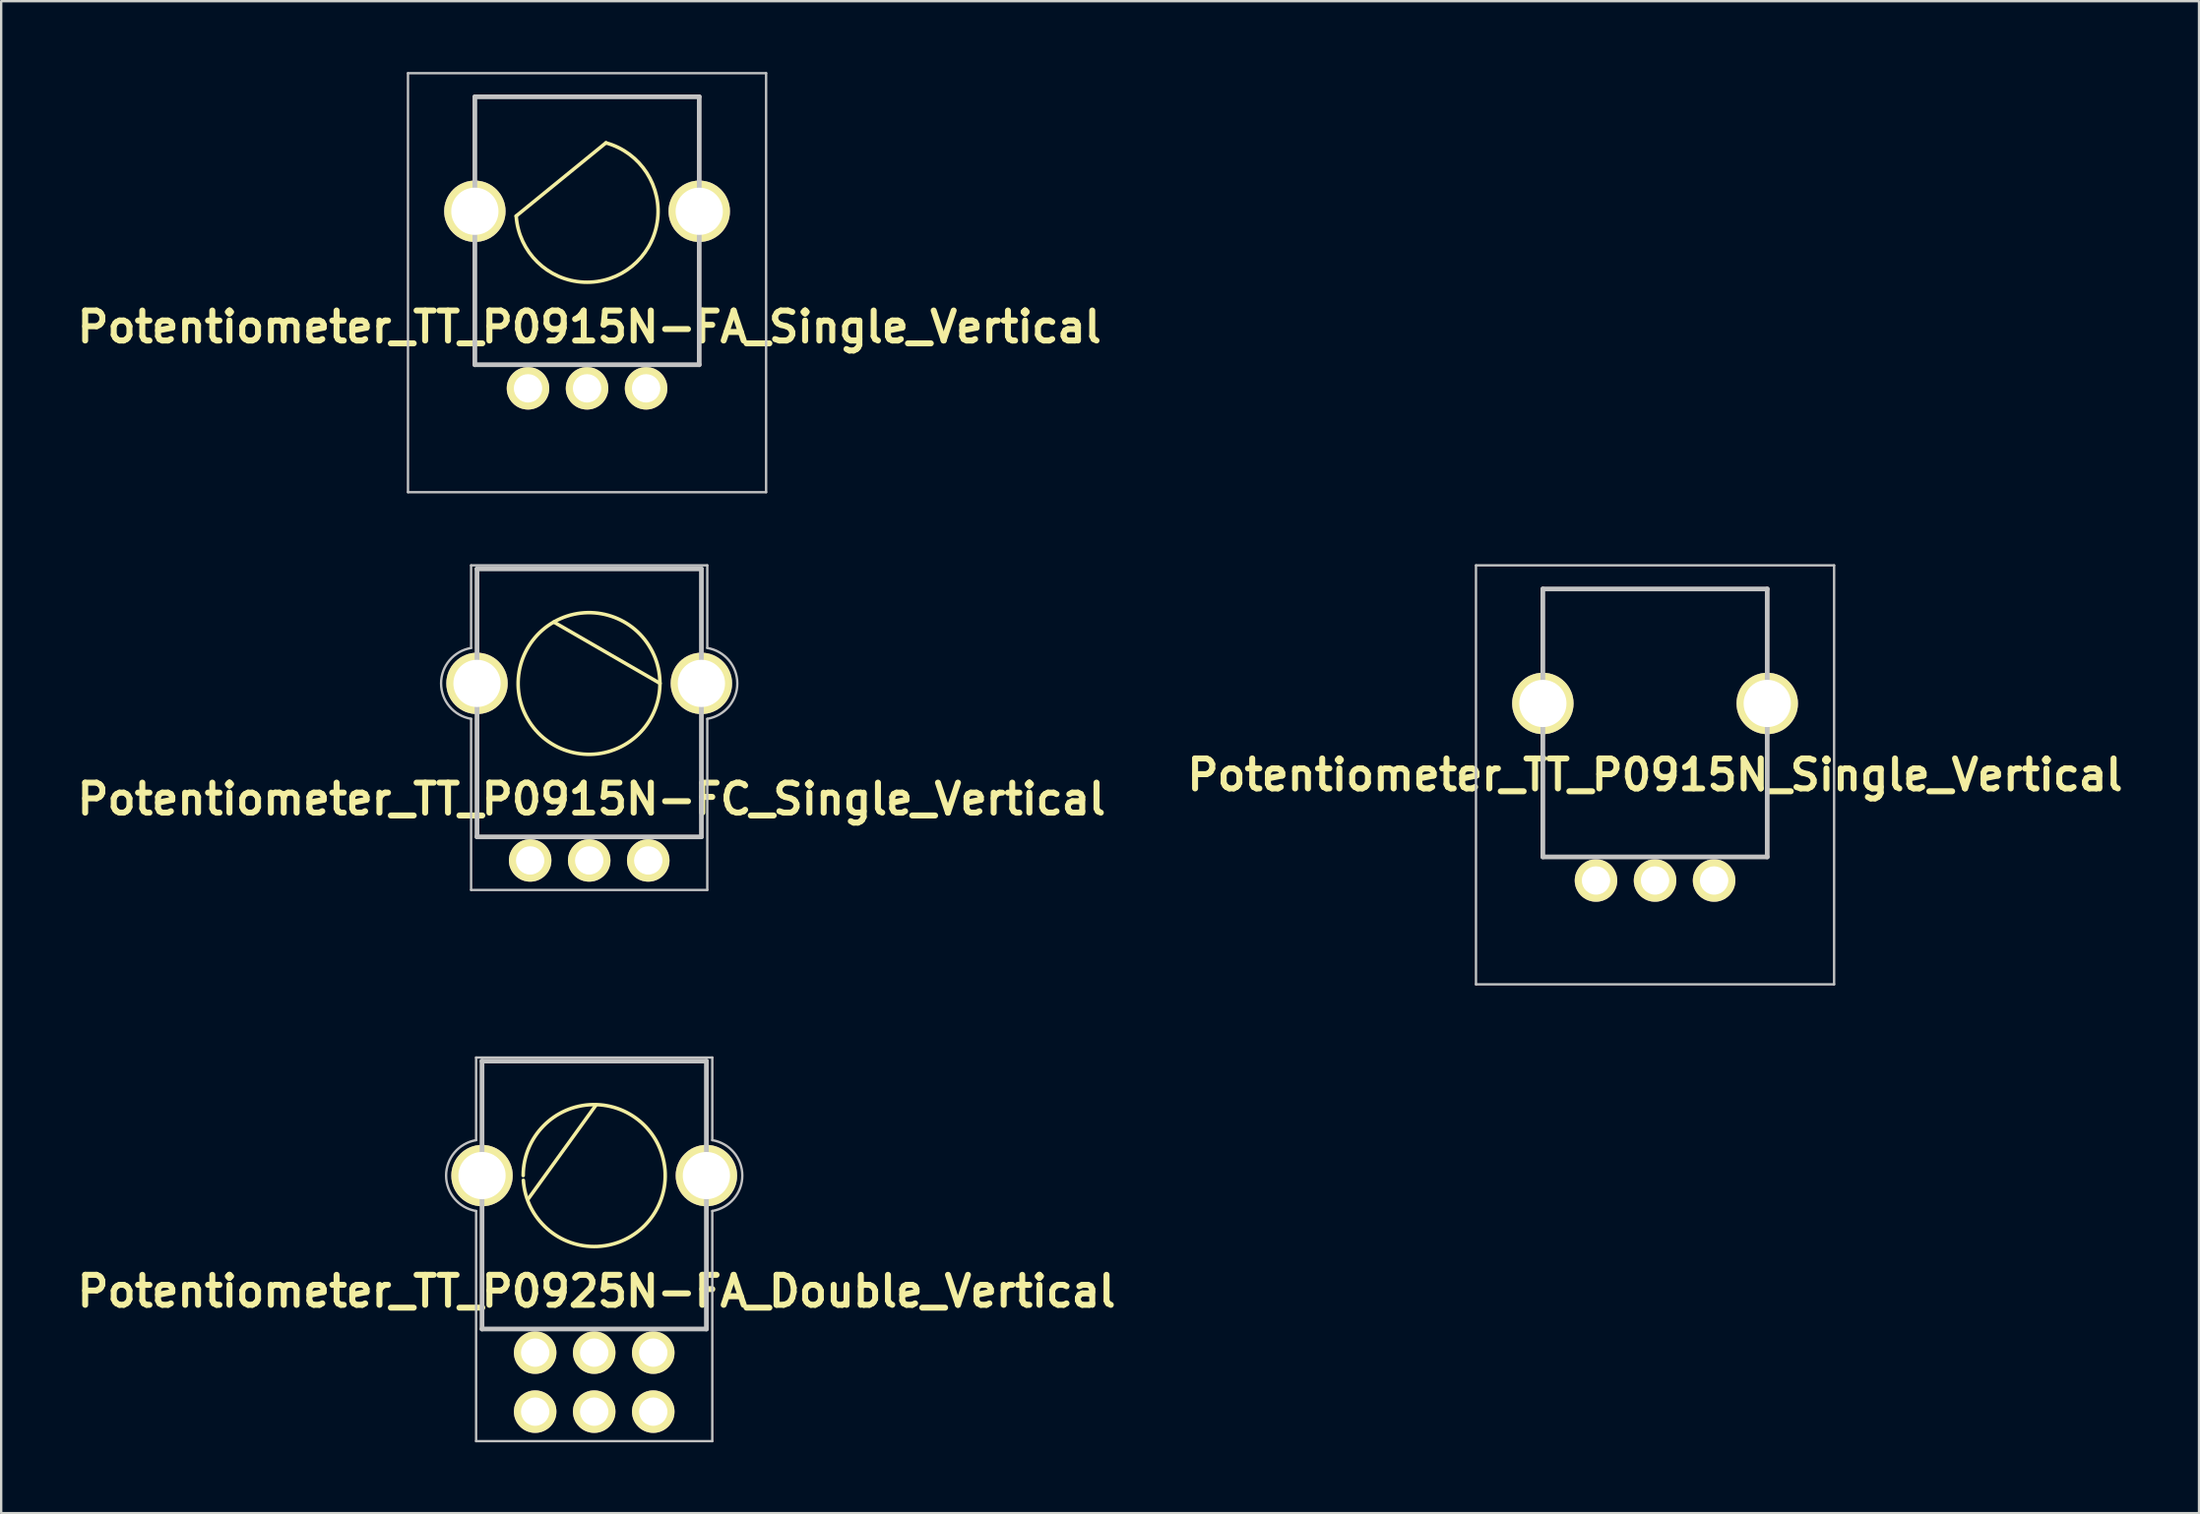
<source format=kicad_pcb>
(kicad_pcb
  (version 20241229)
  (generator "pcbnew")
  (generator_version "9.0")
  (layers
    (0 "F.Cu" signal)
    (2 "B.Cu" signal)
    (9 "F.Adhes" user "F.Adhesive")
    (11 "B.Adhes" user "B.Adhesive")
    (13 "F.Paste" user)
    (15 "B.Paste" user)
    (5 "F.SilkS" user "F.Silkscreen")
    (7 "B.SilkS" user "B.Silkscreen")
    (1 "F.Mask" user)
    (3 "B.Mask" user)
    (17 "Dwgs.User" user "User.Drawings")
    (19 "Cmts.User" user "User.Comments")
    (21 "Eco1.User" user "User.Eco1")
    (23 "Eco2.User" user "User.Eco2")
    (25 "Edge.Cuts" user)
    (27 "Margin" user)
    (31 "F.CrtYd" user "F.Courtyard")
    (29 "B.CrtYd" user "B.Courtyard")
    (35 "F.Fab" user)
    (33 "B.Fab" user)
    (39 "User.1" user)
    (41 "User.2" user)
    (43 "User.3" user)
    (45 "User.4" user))
  (footprint "Potentiometer_TT_P0915N-FC_Single_Vertical"
    (layer "F.Cu")
    (at 21.895 25.9)
    (property "Reference" "Potentiometer_TT_P0915N-FC_Single_Vertical" (at 0.1 4.9 0) (layer "F.SilkS") (effects (font (size 1.27 1.27) (thickness 0.254))))
    (attr through_hole)
    (fp_line (start -4.75 -4.85) (end 4.75 -4.85) (stroke (width 0.1) (type solid)) (layer "F.SilkS"))
    (fp_line (start -4.75 -3) (end -4.75 -4.85) (stroke (width 0.1) (type solid)) (layer "F.SilkS"))
    (fp_line (start -4.75 3) (end -4.75 6.5) (stroke (width 0.1) (type solid)) (layer "F.SilkS"))
    (fp_line (start -4.75 6.5) (end -4 6.5) (stroke (width 0.1) (type solid)) (layer "F.SilkS"))
    (fp_line (start 3 0) (end -1.5 -2.6) (stroke (width 0.15) (type solid)) (layer "F.SilkS"))
    (fp_line (start 4 6.5) (end 4.75 6.5) (stroke (width 0.1) (type solid)) (layer "F.SilkS"))
    (fp_line (start 4.75 -4.85) (end 4.75 -3) (stroke (width 0.1) (type solid)) (layer "F.SilkS"))
    (fp_line (start 4.75 6.5) (end 4.75 3) (stroke (width 0.1) (type solid)) (layer "F.SilkS"))
    (fp_arc (start -1.484913 -2.608644) (mid 1.492462 2.604332) (end -1.499999 -2.599999) (stroke (width 0.15) (type solid)) (layer "F.SilkS"))
    (fp_line (start -5 -5) (end -5 -1.5) (stroke (width 0.1) (type solid)) (layer "Dwgs.User"))
    (fp_line (start -5 -5) (end 5 -5) (stroke (width 0.1) (type solid)) (layer "Dwgs.User"))
    (fp_line (start -5 1.5) (end -5 8.75) (stroke (width 0.1) (type solid)) (layer "Dwgs.User"))
    (fp_line (start -4.75 -4.85) (end 4.75 -4.85) (stroke (width 0.2) (type solid)) (layer "Dwgs.User"))
    (fp_line (start -4.75 6.5) (end -4.75 -4.85) (stroke (width 0.2) (type solid)) (layer "Dwgs.User"))
    (fp_line (start 4.75 -4.85) (end 4.75 6.5) (stroke (width 0.2) (type solid)) (layer "Dwgs.User"))
    (fp_line (start 4.75 6.5) (end -4.75 6.5) (stroke (width 0.2) (type solid)) (layer "Dwgs.User"))
    (fp_line (start 5 -5) (end 5 -1.5) (stroke (width 0.1) (type solid)) (layer "Dwgs.User"))
    (fp_line (start 5 1.5) (end 5 8.75) (stroke (width 0.1) (type solid)) (layer "Dwgs.User"))
    (fp_line (start 5 8.75) (end -5 8.75) (stroke (width 0.1) (type solid)) (layer "Dwgs.User"))
    (fp_arc (start -4.999355 1.500106) (mid -6.270689 0.000326) (end -4.999999 -1.499999) (stroke (width 0.1) (type solid)) (layer "Dwgs.User"))
    (fp_arc (start 4.999355 -1.500106) (mid 6.270689 -0.000326) (end 4.999999 1.499999) (stroke (width 0.1) (type solid)) (layer "Dwgs.User"))
    (pad "1" thru_hole circle (at -2.5 7.5 90) (size 1.8 1.8) (drill 1.2) (layers "*.Cu" "*.Mask" "F.SilkS"))
    (pad "2" thru_hole circle (at 0 7.5 90) (size 1.8 1.8) (drill 1.2) (layers "*.Cu" "*.Mask" "F.SilkS"))
    (pad "3" thru_hole circle (at 2.5 7.5 90) (size 1.8 1.8) (drill 1.2) (layers "*.Cu" "*.Mask" "F.SilkS"))
    (pad "7" thru_hole circle (at -4.75 0 90) (size 2.6 2.6) (drill 2) (layers "*.Cu" "*.Mask" "F.SilkS"))
    (pad "7" thru_hole circle (at 4.75 0 90) (size 2.6 2.6) (drill 2) (layers "*.Cu" "*.Mask" "F.SilkS")))
  (footprint "Potentiometer_TT_P0915N_Single_Vertical"
    (layer "F.Cu")
    (at 69.52 34.25)
    (property "Reference" "Potentiometer_TT_P0915N_Single_Vertical" (at -2.5 -4.475 0) (layer "F.SilkS") (effects (font (size 1.27 1.27) (thickness 0.254))))
    (attr through_hole)
    (fp_line (start -7.25 -12.35) (end 2.25 -12.35) (stroke (width 0.1) (type solid)) (layer "F.SilkS"))
    (fp_line (start -7.25 -10.5) (end -7.25 -12.35) (stroke (width 0.1) (type solid)) (layer "F.SilkS"))
    (fp_line (start -7.25 -4.5) (end -7.25 -1) (stroke (width 0.1) (type solid)) (layer "F.SilkS"))
    (fp_line (start -7.25 -1) (end -6.5 -1) (stroke (width 0.1) (type solid)) (layer "F.SilkS"))
    (fp_line (start 1.5 -1) (end 2.25 -1) (stroke (width 0.1) (type solid)) (layer "F.SilkS"))
    (fp_line (start 2.25 -12.35) (end 2.25 -10.5) (stroke (width 0.1) (type solid)) (layer "F.SilkS"))
    (fp_line (start 2.25 -1) (end 2.25 -4.5) (stroke (width 0.1) (type solid)) (layer "F.SilkS"))
    (fp_line (start -10.081 -13.35) (end 5.081 -13.35) (stroke (width 0.1) (type solid)) (layer "Dwgs.User"))
    (fp_line (start -10.081 4.4) (end -10.081 -13.35) (stroke (width 0.1) (type solid)) (layer "Dwgs.User"))
    (fp_line (start -7.25 -12.35) (end 2.25 -12.35) (stroke (width 0.2) (type solid)) (layer "Dwgs.User"))
    (fp_line (start -7.25 -1) (end -7.25 -12.35) (stroke (width 0.2) (type solid)) (layer "Dwgs.User"))
    (fp_line (start 2.25 -12.35) (end 2.25 -1) (stroke (width 0.2) (type solid)) (layer "Dwgs.User"))
    (fp_line (start 2.25 -1) (end -7.25 -1) (stroke (width 0.2) (type solid)) (layer "Dwgs.User"))
    (fp_line (start 5.081 -13.35) (end 5.081 4.4) (stroke (width 0.1) (type solid)) (layer "Dwgs.User"))
    (fp_line (start 5.081 4.4) (end -10.081 4.4) (stroke (width 0.1) (type solid)) (layer "Dwgs.User"))
    (pad "1" thru_hole circle (at -5 0 90) (size 1.8 1.8) (drill 1.2) (layers "*.Cu" "*.Mask" "F.SilkS"))
    (pad "2" thru_hole circle (at -2.5 0 90) (size 1.8 1.8) (drill 1.2) (layers "*.Cu" "*.Mask" "F.SilkS"))
    (pad "3" thru_hole circle (at 0 0 90) (size 1.8 1.8) (drill 1.2) (layers "*.Cu" "*.Mask" "F.SilkS"))
    (pad "7" thru_hole circle (at -7.25 -7.5 90) (size 2.6 2.6) (drill 2) (layers "*.Cu" "*.Mask" "F.SilkS"))
    (pad "8" thru_hole circle (at 2.25 -7.5 90) (size 2.6 2.6) (drill 2) (layers "*.Cu" "*.Mask" "F.SilkS")))
  (footprint "Potentiometer_TT_P0925N-FA_Double_Vertical"
    (layer "F.Cu")
    (at 22.107 46.75)
    (property "Reference" "Potentiometer_TT_P0925N-FA_Double_Vertical" (at 0.1 4.9 0) (layer "F.SilkS") (effects (font (size 1.27 1.27) (thickness 0.254))))
    (attr through_hole)
    (fp_line (start -4.75 -4.85) (end 4.75 -4.85) (stroke (width 0.1) (type solid)) (layer "F.SilkS"))
    (fp_line (start -4.75 -3) (end -4.75 -4.85) (stroke (width 0.1) (type solid)) (layer "F.SilkS"))
    (fp_line (start -4.75 3) (end -4.75 6.5) (stroke (width 0.1) (type solid)) (layer "F.SilkS"))
    (fp_line (start -4.75 6.5) (end -4 6.5) (stroke (width 0.1) (type solid)) (layer "F.SilkS"))
    (fp_line (start -2.8 1) (end 0.068 -2.978) (stroke (width 0.15) (type solid)) (layer "F.SilkS"))
    (fp_line (start 4 6.5) (end 4.75 6.5) (stroke (width 0.1) (type solid)) (layer "F.SilkS"))
    (fp_line (start 4.75 -4.85) (end 4.75 -3) (stroke (width 0.1) (type solid)) (layer "F.SilkS"))
    (fp_line (start 4.75 6.5) (end 4.75 3) (stroke (width 0.1) (type solid)) (layer "F.SilkS"))
    (fp_arc (start -3.006659 0) (mid 3.004994 -0.100055) (end -3 0.2) (stroke (width 0.15) (type solid)) (layer "F.SilkS"))
    (fp_line (start -5 -5) (end -5 -1.5) (stroke (width 0.1) (type solid)) (layer "Dwgs.User"))
    (fp_line (start -5 -5) (end 5 -5) (stroke (width 0.1) (type solid)) (layer "Dwgs.User"))
    (fp_line (start -5 11.25) (end -5 1.5) (stroke (width 0.1) (type solid)) (layer "Dwgs.User"))
    (fp_line (start -4.75 -4.85) (end 4.75 -4.85) (stroke (width 0.2) (type solid)) (layer "Dwgs.User"))
    (fp_line (start -4.75 6.5) (end -4.75 -4.85) (stroke (width 0.2) (type solid)) (layer "Dwgs.User"))
    (fp_line (start 4.75 -4.85) (end 4.75 6.5) (stroke (width 0.2) (type solid)) (layer "Dwgs.User"))
    (fp_line (start 4.75 6.5) (end -4.75 6.5) (stroke (width 0.2) (type solid)) (layer "Dwgs.User"))
    (fp_line (start 5 -5) (end 5 -1.5) (stroke (width 0.1) (type solid)) (layer "Dwgs.User"))
    (fp_line (start 5 11.25) (end -5 11.25) (stroke (width 0.1) (type solid)) (layer "Dwgs.User"))
    (fp_line (start 5 11.25) (end 5 1.5) (stroke (width 0.1) (type solid)) (layer "Dwgs.User"))
    (fp_arc (start -4.999355 1.500106) (mid -6.270689 0.000326) (end -4.999999 -1.499999) (stroke (width 0.1) (type solid)) (layer "Dwgs.User"))
    (fp_arc (start 4.999355 -1.500106) (mid 6.270689 -0.000326) (end 4.999999 1.499999) (stroke (width 0.1) (type solid)) (layer "Dwgs.User"))
    (pad "1" thru_hole circle (at -2.5 7.5 90) (size 1.8 1.8) (drill 1.2) (layers "*.Cu" "*.Mask" "F.SilkS"))
    (pad "2" thru_hole circle (at 0 7.5 90) (size 1.8 1.8) (drill 1.2) (layers "*.Cu" "*.Mask" "F.SilkS"))
    (pad "3" thru_hole circle (at 2.5 7.5 90) (size 1.8 1.8) (drill 1.2) (layers "*.Cu" "*.Mask" "F.SilkS"))
    (pad "4" thru_hole circle (at -2.5 10 90) (size 1.8 1.8) (drill 1.2) (layers "*.Cu" "*.Mask" "F.SilkS"))
    (pad "5" thru_hole circle (at 0 10 90) (size 1.8 1.8) (drill 1.2) (layers "*.Cu" "*.Mask" "F.SilkS"))
    (pad "6" thru_hole circle (at 2.5 10 90) (size 1.8 1.8) (drill 1.2) (layers "*.Cu" "*.Mask" "F.SilkS"))
    (pad "7" thru_hole circle (at -4.75 0 90) (size 2.6 2.6) (drill 2) (layers "*.Cu" "*.Mask" "F.SilkS"))
    (pad "7" thru_hole circle (at 4.75 0 90) (size 2.6 2.6) (drill 2) (layers "*.Cu" "*.Mask" "F.SilkS")))
  (footprint "Potentiometer_TT_P0915N-FA_Single_Vertical"
    (layer "F.Cu")
    (at 24.304 13.4)
    (property "Reference" "Potentiometer_TT_P0915N-FA_Single_Vertical" (at -2.4 -2.6 0) (layer "F.SilkS") (effects (font (size 1.27 1.27) (thickness 0.254))))
    (attr through_hole)
    (fp_line (start -7.25 -12.35) (end 2.25 -12.35) (stroke (width 0.1) (type solid)) (layer "F.SilkS"))
    (fp_line (start -7.25 -10.5) (end -7.25 -12.35) (stroke (width 0.1) (type solid)) (layer "F.SilkS"))
    (fp_line (start -7.25 -4.5) (end -7.25 -1) (stroke (width 0.1) (type solid)) (layer "F.SilkS"))
    (fp_line (start -7.25 -1) (end -6.5 -1) (stroke (width 0.1) (type solid)) (layer "F.SilkS"))
    (fp_line (start -5.5 -7.3) (end -1.7 -10.4) (stroke (width 0.15) (type solid)) (layer "F.SilkS"))
    (fp_line (start 1.5 -1) (end 2.25 -1) (stroke (width 0.1) (type solid)) (layer "F.SilkS"))
    (fp_line (start 2.25 -12.35) (end 2.25 -10.5) (stroke (width 0.1) (type solid)) (layer "F.SilkS"))
    (fp_line (start 2.25 -1) (end 2.25 -4.5) (stroke (width 0.1) (type solid)) (layer "F.SilkS"))
    (fp_arc (start -1.700443 -10.398398) (mid -0.599867 -5.169872) (end -5.5 -7.3) (stroke (width 0.15) (type solid)) (layer "F.SilkS"))
    (fp_line (start -10.081 -13.35) (end 5.081 -13.35) (stroke (width 0.1) (type solid)) (layer "Dwgs.User"))
    (fp_line (start -10.081 4.4) (end -10.081 -13.35) (stroke (width 0.1) (type solid)) (layer "Dwgs.User"))
    (fp_line (start -7.25 -12.35) (end 2.25 -12.35) (stroke (width 0.2) (type solid)) (layer "Dwgs.User"))
    (fp_line (start -7.25 -1) (end -7.25 -12.35) (stroke (width 0.2) (type solid)) (layer "Dwgs.User"))
    (fp_line (start 2.25 -12.35) (end 2.25 -1) (stroke (width 0.2) (type solid)) (layer "Dwgs.User"))
    (fp_line (start 2.25 -1) (end -7.25 -1) (stroke (width 0.2) (type solid)) (layer "Dwgs.User"))
    (fp_line (start 5.081 -13.35) (end 5.081 4.4) (stroke (width 0.1) (type solid)) (layer "Dwgs.User"))
    (fp_line (start 5.081 4.4) (end -10.081 4.4) (stroke (width 0.1) (type solid)) (layer "Dwgs.User"))
    (pad "1" thru_hole circle (at -5 0 90) (size 1.8 1.8) (drill 1.2) (layers "*.Cu" "*.Mask" "F.SilkS"))
    (pad "2" thru_hole circle (at -2.5 0 90) (size 1.8 1.8) (drill 1.2) (layers "*.Cu" "*.Mask" "F.SilkS"))
    (pad "3" thru_hole circle (at 0 0 90) (size 1.8 1.8) (drill 1.2) (layers "*.Cu" "*.Mask" "F.SilkS"))
    (pad "7" thru_hole circle (at -7.25 -7.5 90) (size 2.6 2.6) (drill 2) (layers "*.Cu" "*.Mask" "F.SilkS"))
    (pad "8" thru_hole circle (at 2.25 -7.5 90) (size 2.6 2.6) (drill 2) (layers "*.Cu" "*.Mask" "F.SilkS")))
  (gr_rect
    (start -3 -3)
    (end 90.05 61.05)
    (stroke (width 0.1) (type default))
    (fill no)
    (layer "Edge.Cuts")))
</source>
